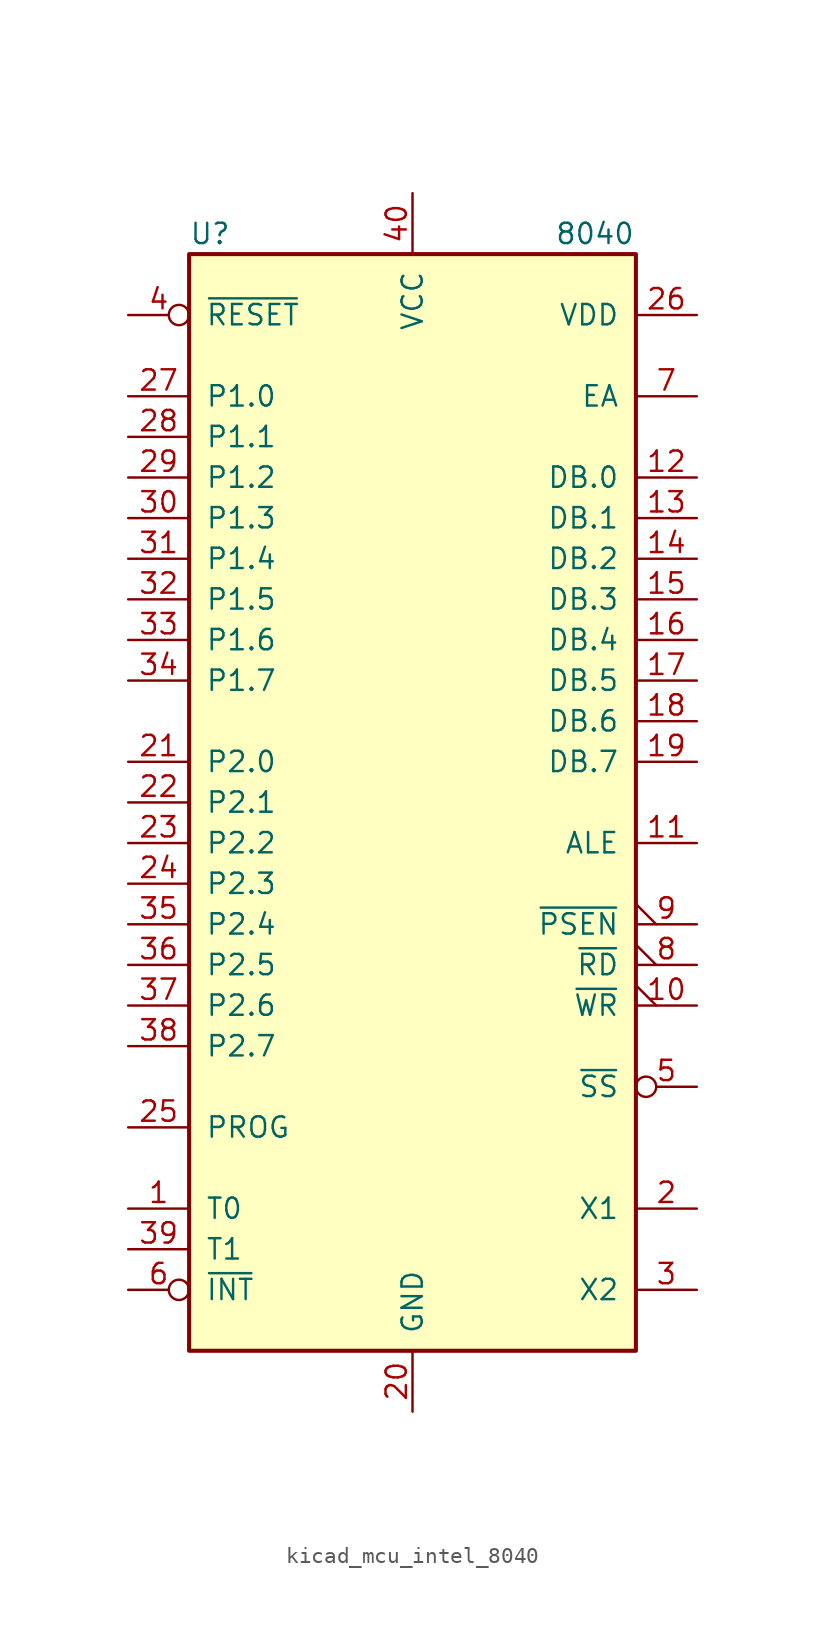
<source format=kicad_sym>
(kicad_symbol_lib
  (version 20220914)
  (generator kicad_symbol_editor)
  (symbol "kicad_mcu_intel_8040"
    (pin_names
      (offset 1.016))
    (property "Reference" "U"
      (at -13.97 35.56 0)
      (effects (font (size 1.27 1.27)) (justify left)))
    (property "Value" "8040"
      (at 8.89 35.56 0)
      (effects (font (size 1.27 1.27)) (justify left)))
    (symbol "kicad_mcu_intel_8040_1_1"
      (rectangle (start -13.97 -34.29) (end 13.97 34.29) (stroke (width 0.254) (type default)) (fill (type background)))
      (pin input line (at -17.78 -25.4 0) (length 3.81) (name "T0" (effects (font (size 1.27 1.27)))) (number "1" (effects (font (size 1.27 1.27)))))
      (pin output output_low (at 17.78 -12.7 180) (length 3.81) (name "~{WR}" (effects (font (size 1.27 1.27)))) (number "10" (effects (font (size 1.27 1.27)))))
      (pin output line (at 17.78 -2.54 180) (length 3.81) (name "ALE" (effects (font (size 1.27 1.27)))) (number "11" (effects (font (size 1.27 1.27)))))
      (pin bidirectional line (at 17.78 20.32 180) (length 3.81) (name "DB.0" (effects (font (size 1.27 1.27)))) (number "12" (effects (font (size 1.27 1.27)))))
      (pin bidirectional line (at 17.78 17.78 180) (length 3.81) (name "DB.1" (effects (font (size 1.27 1.27)))) (number "13" (effects (font (size 1.27 1.27)))))
      (pin bidirectional line (at 17.78 15.24 180) (length 3.81) (name "DB.2" (effects (font (size 1.27 1.27)))) (number "14" (effects (font (size 1.27 1.27)))))
      (pin bidirectional line (at 17.78 12.7 180) (length 3.81) (name "DB.3" (effects (font (size 1.27 1.27)))) (number "15" (effects (font (size 1.27 1.27)))))
      (pin bidirectional line (at 17.78 10.16 180) (length 3.81) (name "DB.4" (effects (font (size 1.27 1.27)))) (number "16" (effects (font (size 1.27 1.27)))))
      (pin bidirectional line (at 17.78 7.62 180) (length 3.81) (name "DB.5" (effects (font (size 1.27 1.27)))) (number "17" (effects (font (size 1.27 1.27)))))
      (pin bidirectional line (at 17.78 5.08 180) (length 3.81) (name "DB.6" (effects (font (size 1.27 1.27)))) (number "18" (effects (font (size 1.27 1.27)))))
      (pin bidirectional line (at 17.78 2.54 180) (length 3.81) (name "DB.7" (effects (font (size 1.27 1.27)))) (number "19" (effects (font (size 1.27 1.27)))))
      (pin input line (at 17.78 -25.4 180) (length 3.81) (name "X1" (effects (font (size 1.27 1.27)))) (number "2" (effects (font (size 1.27 1.27)))))
      (pin power_in line (at 0 -38.1 90) (length 3.81) (name "GND" (effects (font (size 1.27 1.27)))) (number "20" (effects (font (size 1.27 1.27)))))
      (pin bidirectional line (at -17.78 2.54 0) (length 3.81) (name "P2.0" (effects (font (size 1.27 1.27)))) (number "21" (effects (font (size 1.27 1.27)))))
      (pin bidirectional line (at -17.78 0 0) (length 3.81) (name "P2.1" (effects (font (size 1.27 1.27)))) (number "22" (effects (font (size 1.27 1.27)))))
      (pin bidirectional line (at -17.78 -2.54 0) (length 3.81) (name "P2.2" (effects (font (size 1.27 1.27)))) (number "23" (effects (font (size 1.27 1.27)))))
      (pin bidirectional line (at -17.78 -5.08 0) (length 3.81) (name "P2.3" (effects (font (size 1.27 1.27)))) (number "24" (effects (font (size 1.27 1.27)))))
      (pin output line (at -17.78 -20.32 0) (length 3.81) (name "PROG" (effects (font (size 1.27 1.27)))) (number "25" (effects (font (size 1.27 1.27)))))
      (pin power_in line (at 17.78 30.48 180) (length 3.81) (name "VDD" (effects (font (size 1.27 1.27)))) (number "26" (effects (font (size 1.27 1.27)))))
      (pin bidirectional line (at -17.78 25.4 0) (length 3.81) (name "P1.0" (effects (font (size 1.27 1.27)))) (number "27" (effects (font (size 1.27 1.27)))))
      (pin bidirectional line (at -17.78 22.86 0) (length 3.81) (name "P1.1" (effects (font (size 1.27 1.27)))) (number "28" (effects (font (size 1.27 1.27)))))
      (pin bidirectional line (at -17.78 20.32 0) (length 3.81) (name "P1.2" (effects (font (size 1.27 1.27)))) (number "29" (effects (font (size 1.27 1.27)))))
      (pin output line (at 17.78 -30.48 180) (length 3.81) (name "X2" (effects (font (size 1.27 1.27)))) (number "3" (effects (font (size 1.27 1.27)))))
      (pin bidirectional line (at -17.78 17.78 0) (length 3.81) (name "P1.3" (effects (font (size 1.27 1.27)))) (number "30" (effects (font (size 1.27 1.27)))))
      (pin bidirectional line (at -17.78 15.24 0) (length 3.81) (name "P1.4" (effects (font (size 1.27 1.27)))) (number "31" (effects (font (size 1.27 1.27)))))
      (pin bidirectional line (at -17.78 12.7 0) (length 3.81) (name "P1.5" (effects (font (size 1.27 1.27)))) (number "32" (effects (font (size 1.27 1.27)))))
      (pin bidirectional line (at -17.78 10.16 0) (length 3.81) (name "P1.6" (effects (font (size 1.27 1.27)))) (number "33" (effects (font (size 1.27 1.27)))))
      (pin bidirectional line (at -17.78 7.62 0) (length 3.81) (name "P1.7" (effects (font (size 1.27 1.27)))) (number "34" (effects (font (size 1.27 1.27)))))
      (pin bidirectional line (at -17.78 -7.62 0) (length 3.81) (name "P2.4" (effects (font (size 1.27 1.27)))) (number "35" (effects (font (size 1.27 1.27)))))
      (pin bidirectional line (at -17.78 -10.16 0) (length 3.81) (name "P2.5" (effects (font (size 1.27 1.27)))) (number "36" (effects (font (size 1.27 1.27)))))
      (pin bidirectional line (at -17.78 -12.7 0) (length 3.81) (name "P2.6" (effects (font (size 1.27 1.27)))) (number "37" (effects (font (size 1.27 1.27)))))
      (pin bidirectional line (at -17.78 -15.24 0) (length 3.81) (name "P2.7" (effects (font (size 1.27 1.27)))) (number "38" (effects (font (size 1.27 1.27)))))
      (pin input line (at -17.78 -27.94 0) (length 3.81) (name "T1" (effects (font (size 1.27 1.27)))) (number "39" (effects (font (size 1.27 1.27)))))
      (pin input inverted (at -17.78 30.48 0) (length 3.81) (name "~{RESET}" (effects (font (size 1.27 1.27)))) (number "4" (effects (font (size 1.27 1.27)))))
      (pin power_in line (at 0 38.1 270) (length 3.81) (name "VCC" (effects (font (size 1.27 1.27)))) (number "40" (effects (font (size 1.27 1.27)))))
      (pin input inverted (at 17.78 -17.78 180) (length 3.81) (name "~{SS}" (effects (font (size 1.27 1.27)))) (number "5" (effects (font (size 1.27 1.27)))))
      (pin input inverted (at -17.78 -30.48 0) (length 3.81) (name "~{INT}" (effects (font (size 1.27 1.27)))) (number "6" (effects (font (size 1.27 1.27)))))
      (pin input line (at 17.78 25.4 180) (length 3.81) (name "EA" (effects (font (size 1.27 1.27)))) (number "7" (effects (font (size 1.27 1.27)))))
      (pin output output_low (at 17.78 -10.16 180) (length 3.81) (name "~{RD}" (effects (font (size 1.27 1.27)))) (number "8" (effects (font (size 1.27 1.27)))))
      (pin output output_low (at 17.78 -7.62 180) (length 3.81) (name "~{PSEN}" (effects (font (size 1.27 1.27)))) (number "9" (effects (font (size 1.27 1.27))))))))
</source>
